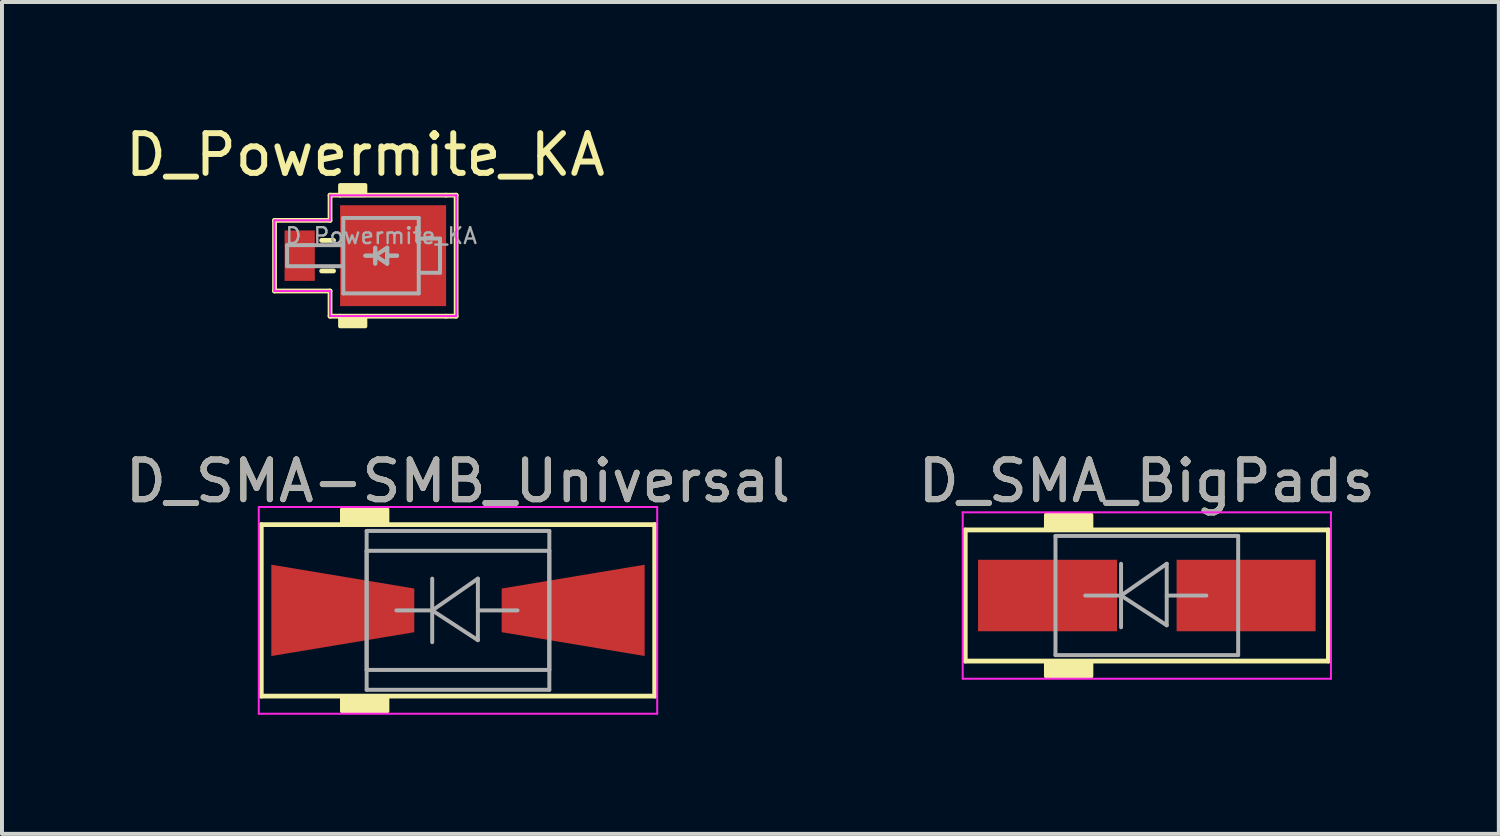
<source format=kicad_pcb>
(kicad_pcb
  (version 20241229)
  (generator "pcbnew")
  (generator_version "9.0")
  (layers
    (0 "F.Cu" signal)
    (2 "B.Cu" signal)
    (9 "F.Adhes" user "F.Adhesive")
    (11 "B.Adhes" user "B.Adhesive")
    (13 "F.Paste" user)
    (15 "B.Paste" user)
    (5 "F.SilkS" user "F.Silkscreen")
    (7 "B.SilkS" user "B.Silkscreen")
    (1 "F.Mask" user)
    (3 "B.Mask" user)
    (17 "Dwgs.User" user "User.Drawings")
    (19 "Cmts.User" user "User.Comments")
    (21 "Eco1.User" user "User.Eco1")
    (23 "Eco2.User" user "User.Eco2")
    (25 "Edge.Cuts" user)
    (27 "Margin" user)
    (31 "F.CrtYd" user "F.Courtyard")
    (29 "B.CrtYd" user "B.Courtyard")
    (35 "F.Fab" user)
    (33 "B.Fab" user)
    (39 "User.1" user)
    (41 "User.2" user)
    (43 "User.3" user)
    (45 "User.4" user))
  (footprint "D_SMA_BigPads"
    (layer "F.Cu")
    (at 25.827 11.945)
    (property "Reference" "D_SMA_BigPads" (at 0 -2.881 0) (layer "F.SilkS") (effects (font (size 1 1) (thickness 0.15))))
    (attr smd)
    (fp_line (start -4.572 -1.651) (end -4.572 1.651) (stroke (width 0.12) (type solid)) (layer "F.SilkS"))
    (fp_line (start -4.572 1.651) (end 4.572 1.651) (stroke (width 0.12) (type solid)) (layer "F.SilkS"))
    (fp_line (start 4.572 -1.651) (end -4.572 -1.651) (stroke (width 0.12) (type solid)) (layer "F.SilkS"))
    (fp_line (start 4.572 1.651) (end 4.572 -1.651) (stroke (width 0.12) (type solid)) (layer "F.SilkS"))
    (fp_poly (pts (xy -1.397 -1.651) (xy -2.54 -1.651) (xy -2.54 -2.032) (xy -1.397 -2.032)) (stroke (width 0.1) (type solid)) (fill yes) (layer "F.SilkS"))
    (fp_poly (pts (xy -1.397 2.032) (xy -2.54 2.032) (xy -2.54 1.651) (xy -1.397 1.651)) (stroke (width 0.1) (type solid)) (fill yes) (layer "F.SilkS"))
    (fp_line (start -4.636 -2.095) (end 4.636 -2.095) (stroke (width 0.05) (type solid)) (layer "F.CrtYd"))
    (fp_line (start -4.636 2.095) (end -4.636 -2.095) (stroke (width 0.05) (type solid)) (layer "F.CrtYd"))
    (fp_line (start 4.636 -2.095) (end 4.636 2.095) (stroke (width 0.05) (type solid)) (layer "F.CrtYd"))
    (fp_line (start 4.636 2.095) (end -4.636 2.095) (stroke (width 0.05) (type solid)) (layer "F.CrtYd"))
    (fp_line (start -2.3 1.5) (end -2.3 -1.5) (stroke (width 0.1) (type solid)) (layer "F.Fab"))
    (fp_line (start -0.649 -0.799) (end -0.649 0.801) (stroke (width 0.1) (type solid)) (layer "F.Fab"))
    (fp_line (start -0.649 0.001) (end -1.551 0.001) (stroke (width 0.1) (type solid)) (layer "F.Fab"))
    (fp_line (start -0.649 0.001) (end 0.501 -0.799) (stroke (width 0.1) (type solid)) (layer "F.Fab"))
    (fp_line (start -0.649 0.001) (end 0.501 0.75) (stroke (width 0.1) (type solid)) (layer "F.Fab"))
    (fp_line (start 0.501 0.001) (end 1.499 0.001) (stroke (width 0.1) (type solid)) (layer "F.Fab"))
    (fp_line (start 0.501 0.75) (end 0.501 -0.799) (stroke (width 0.1) (type solid)) (layer "F.Fab"))
    (fp_line (start 2.3 -1.5) (end -2.3 -1.5) (stroke (width 0.1) (type solid)) (layer "F.Fab"))
    (fp_line (start 2.3 -1.5) (end 2.3 1.5) (stroke (width 0.1) (type solid)) (layer "F.Fab"))
    (fp_line (start 2.3 1.5) (end -2.3 1.5) (stroke (width 0.1) (type solid)) (layer "F.Fab"))
    (fp_text user "${REFERENCE}" (at 0 -2.881 0) (layer "F.Fab") (effects (font (size 1 1) (thickness 0.15))))
    (pad "1" smd rect (at -2.5 0) (size 3.5 1.8) (layers "F.Cu" "F.Mask" "F.Paste"))
    (pad "2" smd rect (at 2.5 0) (size 3.5 1.8) (layers "F.Cu" "F.Mask" "F.Paste")))
  (footprint "D_Powermite_KA"
    (layer "F.Cu")
    (at 6.149 3.388)
    (property "Reference" "D_Powermite_KA" (at 0 -2.54 0) (layer "F.SilkS") (effects (font (size 1 1) (thickness 0.15))))
    (attr smd)
    (fp_line (start -2.286 -0.889) (end -0.889 -0.889) (stroke (width 0.12) (type solid)) (layer "F.SilkS"))
    (fp_line (start -2.286 0.889) (end -2.286 -0.889) (stroke (width 0.12) (type solid)) (layer "F.SilkS"))
    (fp_line (start -1.1 -0.385) (end -0.8 -0.385) (stroke (width 0.12) (type solid)) (layer "F.SilkS"))
    (fp_line (start -1.1 0.385) (end -0.8 0.385) (stroke (width 0.12) (type solid)) (layer "F.SilkS"))
    (fp_line (start -0.889 -1.524) (end -0.635 -1.524) (stroke (width 0.12) (type solid)) (layer "F.SilkS"))
    (fp_line (start -0.889 -0.889) (end -0.889 -1.524) (stroke (width 0.12) (type solid)) (layer "F.SilkS"))
    (fp_line (start -0.889 0.889) (end -2.286 0.889) (stroke (width 0.12) (type solid)) (layer "F.SilkS"))
    (fp_line (start -0.889 1.524) (end -0.889 0.889) (stroke (width 0.12) (type solid)) (layer "F.SilkS"))
    (fp_line (start -0.635 -1.524) (end 2.032 -1.524) (stroke (width 0.12) (type solid)) (layer "F.SilkS"))
    (fp_line (start -0.635 1.524) (end -0.889 1.524) (stroke (width 0.12) (type solid)) (layer "F.SilkS"))
    (fp_line (start -0.635 1.524) (end 2.032 1.524) (stroke (width 0.12) (type solid)) (layer "F.SilkS"))
    (fp_line (start 2.032 -1.524) (end 2.286 -1.524) (stroke (width 0.12) (type solid)) (layer "F.SilkS"))
    (fp_line (start 2.286 -1.524) (end 2.286 1.524) (stroke (width 0.12) (type solid)) (layer "F.SilkS"))
    (fp_line (start 2.286 1.524) (end 2.032 1.524) (stroke (width 0.12) (type solid)) (layer "F.SilkS"))
    (fp_poly (pts (xy 0 -1.524) (xy -0.635 -1.524) (xy -0.635 -1.778) (xy 0 -1.778)) (stroke (width 0.1) (type solid)) (fill yes) (layer "F.SilkS"))
    (fp_poly (pts (xy 0 1.778) (xy -0.635 1.778) (xy -0.635 1.524) (xy 0 1.524)) (stroke (width 0.1) (type solid)) (fill yes) (layer "F.SilkS"))
    (fp_line (start -2.29 -0.89) (end -2.29 0.89) (stroke (width 0.05) (type solid)) (layer "F.CrtYd"))
    (fp_line (start -2.29 0.89) (end -0.89 0.89) (stroke (width 0.05) (type solid)) (layer "F.CrtYd"))
    (fp_line (start -0.89 -1.52) (end -0.89 -0.89) (stroke (width 0.05) (type solid)) (layer "F.CrtYd"))
    (fp_line (start -0.89 -0.89) (end -2.29 -0.89) (stroke (width 0.05) (type solid)) (layer "F.CrtYd"))
    (fp_line (start -0.89 0.89) (end -0.89 1.52) (stroke (width 0.05) (type solid)) (layer "F.CrtYd"))
    (fp_line (start -0.89 1.52) (end 2.29 1.52) (stroke (width 0.05) (type solid)) (layer "F.CrtYd"))
    (fp_line (start 2.29 -1.52) (end -0.89 -1.52) (stroke (width 0.05) (type solid)) (layer "F.CrtYd"))
    (fp_line (start 2.29 1.52) (end 2.29 -1.52) (stroke (width 0.05) (type solid)) (layer "F.CrtYd"))
    (fp_line (start -1.97 -0.265) (end -1.97 0.265) (stroke (width 0.1) (type solid)) (layer "F.Fab"))
    (fp_line (start -1.97 -0.265) (end -0.555 -0.265) (stroke (width 0.1) (type solid)) (layer "F.Fab"))
    (fp_line (start -1.97 0.265) (end -0.555 0.265) (stroke (width 0.1) (type solid)) (layer "F.Fab"))
    (fp_line (start -0.555 -0.95) (end -0.555 0.95) (stroke (width 0.1) (type solid)) (layer "F.Fab"))
    (fp_line (start -0.555 0.95) (end 1.345 0.95) (stroke (width 0.1) (type solid)) (layer "F.Fab"))
    (fp_line (start 0.25 0) (end 0 0) (stroke (width 0.1) (type solid)) (layer "F.Fab"))
    (fp_line (start 0.25 0) (end 0 0) (stroke (width 0.1) (type solid)) (layer "F.Fab"))
    (fp_line (start 0.25 0) (end 0.55 0.2) (stroke (width 0.1) (type solid)) (layer "F.Fab"))
    (fp_line (start 0.25 0) (end 0.55 0.2) (stroke (width 0.1) (type solid)) (layer "F.Fab"))
    (fp_line (start 0.25 0.2) (end 0.25 -0.2) (stroke (width 0.1) (type solid)) (layer "F.Fab"))
    (fp_line (start 0.25 0.2) (end 0.25 -0.2) (stroke (width 0.1) (type solid)) (layer "F.Fab"))
    (fp_line (start 0.55 -0.2) (end 0.25 0) (stroke (width 0.1) (type solid)) (layer "F.Fab"))
    (fp_line (start 0.55 -0.2) (end 0.25 0) (stroke (width 0.1) (type solid)) (layer "F.Fab"))
    (fp_line (start 0.55 0) (end 0.8 0) (stroke (width 0.1) (type solid)) (layer "F.Fab"))
    (fp_line (start 0.55 0) (end 0.8 0) (stroke (width 0.1) (type solid)) (layer "F.Fab"))
    (fp_line (start 0.55 0.2) (end 0.55 -0.2) (stroke (width 0.1) (type solid)) (layer "F.Fab"))
    (fp_line (start 0.55 0.2) (end 0.55 -0.2) (stroke (width 0.1) (type solid)) (layer "F.Fab"))
    (fp_line (start 1.345 -0.95) (end -0.555 -0.95) (stroke (width 0.1) (type solid)) (layer "F.Fab"))
    (fp_line (start 1.345 -0.43) (end 1.88 -0.43) (stroke (width 0.1) (type solid)) (layer "F.Fab"))
    (fp_line (start 1.345 0.95) (end 1.345 -0.95) (stroke (width 0.1) (type solid)) (layer "F.Fab"))
    (fp_line (start 1.88 -0.43) (end 1.88 0.43) (stroke (width 0.1) (type solid)) (layer "F.Fab"))
    (fp_line (start 1.88 0.43) (end 1.345 0.43) (stroke (width 0.1) (type solid)) (layer "F.Fab"))
    (fp_text user "${REFERENCE}" (at 0.4 -0.5 0) (layer "F.Fab") (effects (font (size 0.4 0.4) (thickness 0.06))))
    (pad "1" smd rect (at -1.653 0) (size 0.762 1.27) (layers "F.Cu" "F.Mask" "F.Paste"))
    (pad "2" smd rect (at 0.699 0) (size 2.67 2.54) (layers "F.Cu" "F.Mask" "F.Paste")))
  (footprint "D_SMA-SMB_Universal"
    (layer "F.Cu")
    (at 8.482 12.319)
    (property "Reference" "D_SMA-SMB_Universal" (at 0 -3.254 0) (layer "F.SilkS") (effects (font (size 1 1) (thickness 0.15))))
    (attr smd)
    (fp_line (start -4.953 -2.159) (end -4.953 2.159) (stroke (width 0.12) (type solid)) (layer "F.SilkS"))
    (fp_line (start -4.953 2.159) (end 4.953 2.159) (stroke (width 0.12) (type solid)) (layer "F.SilkS"))
    (fp_line (start 4.953 -2.159) (end -4.953 -2.159) (stroke (width 0.12) (type solid)) (layer "F.SilkS"))
    (fp_line (start 4.953 2.159) (end 4.953 -2.159) (stroke (width 0.12) (type solid)) (layer "F.SilkS"))
    (fp_poly (pts (xy -1.778 -2.159) (xy -2.921 -2.159) (xy -2.921 -2.54) (xy -1.778 -2.54)) (stroke (width 0.1) (type solid)) (fill yes) (layer "F.SilkS"))
    (fp_poly (pts (xy -1.778 2.54) (xy -2.921 2.54) (xy -2.921 2.159) (xy -1.778 2.159)) (stroke (width 0.1) (type solid)) (fill yes) (layer "F.SilkS"))
    (fp_line (start -5.016 -2.603) (end 5.016 -2.603) (stroke (width 0.05) (type solid)) (layer "F.CrtYd"))
    (fp_line (start -5.016 2.603) (end -5.016 -2.603) (stroke (width 0.05) (type solid)) (layer "F.CrtYd"))
    (fp_line (start 5.016 -2.603) (end 5.016 2.603) (stroke (width 0.05) (type solid)) (layer "F.CrtYd"))
    (fp_line (start 5.016 2.603) (end -5.016 2.603) (stroke (width 0.05) (type solid)) (layer "F.CrtYd"))
    (fp_line (start -2.3 1.5) (end -2.3 -1.5) (stroke (width 0.1) (type solid)) (layer "F.Fab"))
    (fp_line (start -2.3 2) (end -2.3 -2) (stroke (width 0.1) (type solid)) (layer "F.Fab"))
    (fp_line (start -0.649 -0.799) (end -0.649 0.801) (stroke (width 0.1) (type solid)) (layer "F.Fab"))
    (fp_line (start -0.649 0.001) (end -1.551 0.001) (stroke (width 0.1) (type solid)) (layer "F.Fab"))
    (fp_line (start -0.649 0.001) (end 0.501 -0.799) (stroke (width 0.1) (type solid)) (layer "F.Fab"))
    (fp_line (start -0.649 0.001) (end 0.501 0.75) (stroke (width 0.1) (type solid)) (layer "F.Fab"))
    (fp_line (start 0.501 0.001) (end 1.499 0.001) (stroke (width 0.1) (type solid)) (layer "F.Fab"))
    (fp_line (start 0.501 0.75) (end 0.501 -0.799) (stroke (width 0.1) (type solid)) (layer "F.Fab"))
    (fp_line (start 2.3 -2) (end -2.3 -2) (stroke (width 0.1) (type solid)) (layer "F.Fab"))
    (fp_line (start 2.3 -2) (end 2.3 2) (stroke (width 0.1) (type solid)) (layer "F.Fab"))
    (fp_line (start 2.3 -1.5) (end -2.3 -1.5) (stroke (width 0.1) (type solid)) (layer "F.Fab"))
    (fp_line (start 2.3 -1.5) (end 2.3 1.5) (stroke (width 0.1) (type solid)) (layer "F.Fab"))
    (fp_line (start 2.3 1.5) (end -2.3 1.5) (stroke (width 0.1) (type solid)) (layer "F.Fab"))
    (fp_line (start 2.3 2) (end -2.3 2) (stroke (width 0.1) (type solid)) (layer "F.Fab"))
    (fp_text user "${REFERENCE}" (at 0 -3.254 0) (layer "F.Fab") (effects (font (size 1 1) (thickness 0.15))))
    (pad "1" smd trapezoid (at -2.9 0) (size 3.6 1.7) (rect_delta 0.6 0) (layers "F.Cu" "F.Mask" "F.Paste"))
    (pad "2" smd trapezoid (at 2.9 0 180) (size 3.6 1.7) (rect_delta 0.6 0) (layers "F.Cu" "F.Mask" "F.Paste")))
  (gr_rect
    (start -3 -3)
    (end 34.69 17.947)
    (stroke (width 0.1) (type default))
    (fill no)
    (layer "Edge.Cuts")))
</source>
